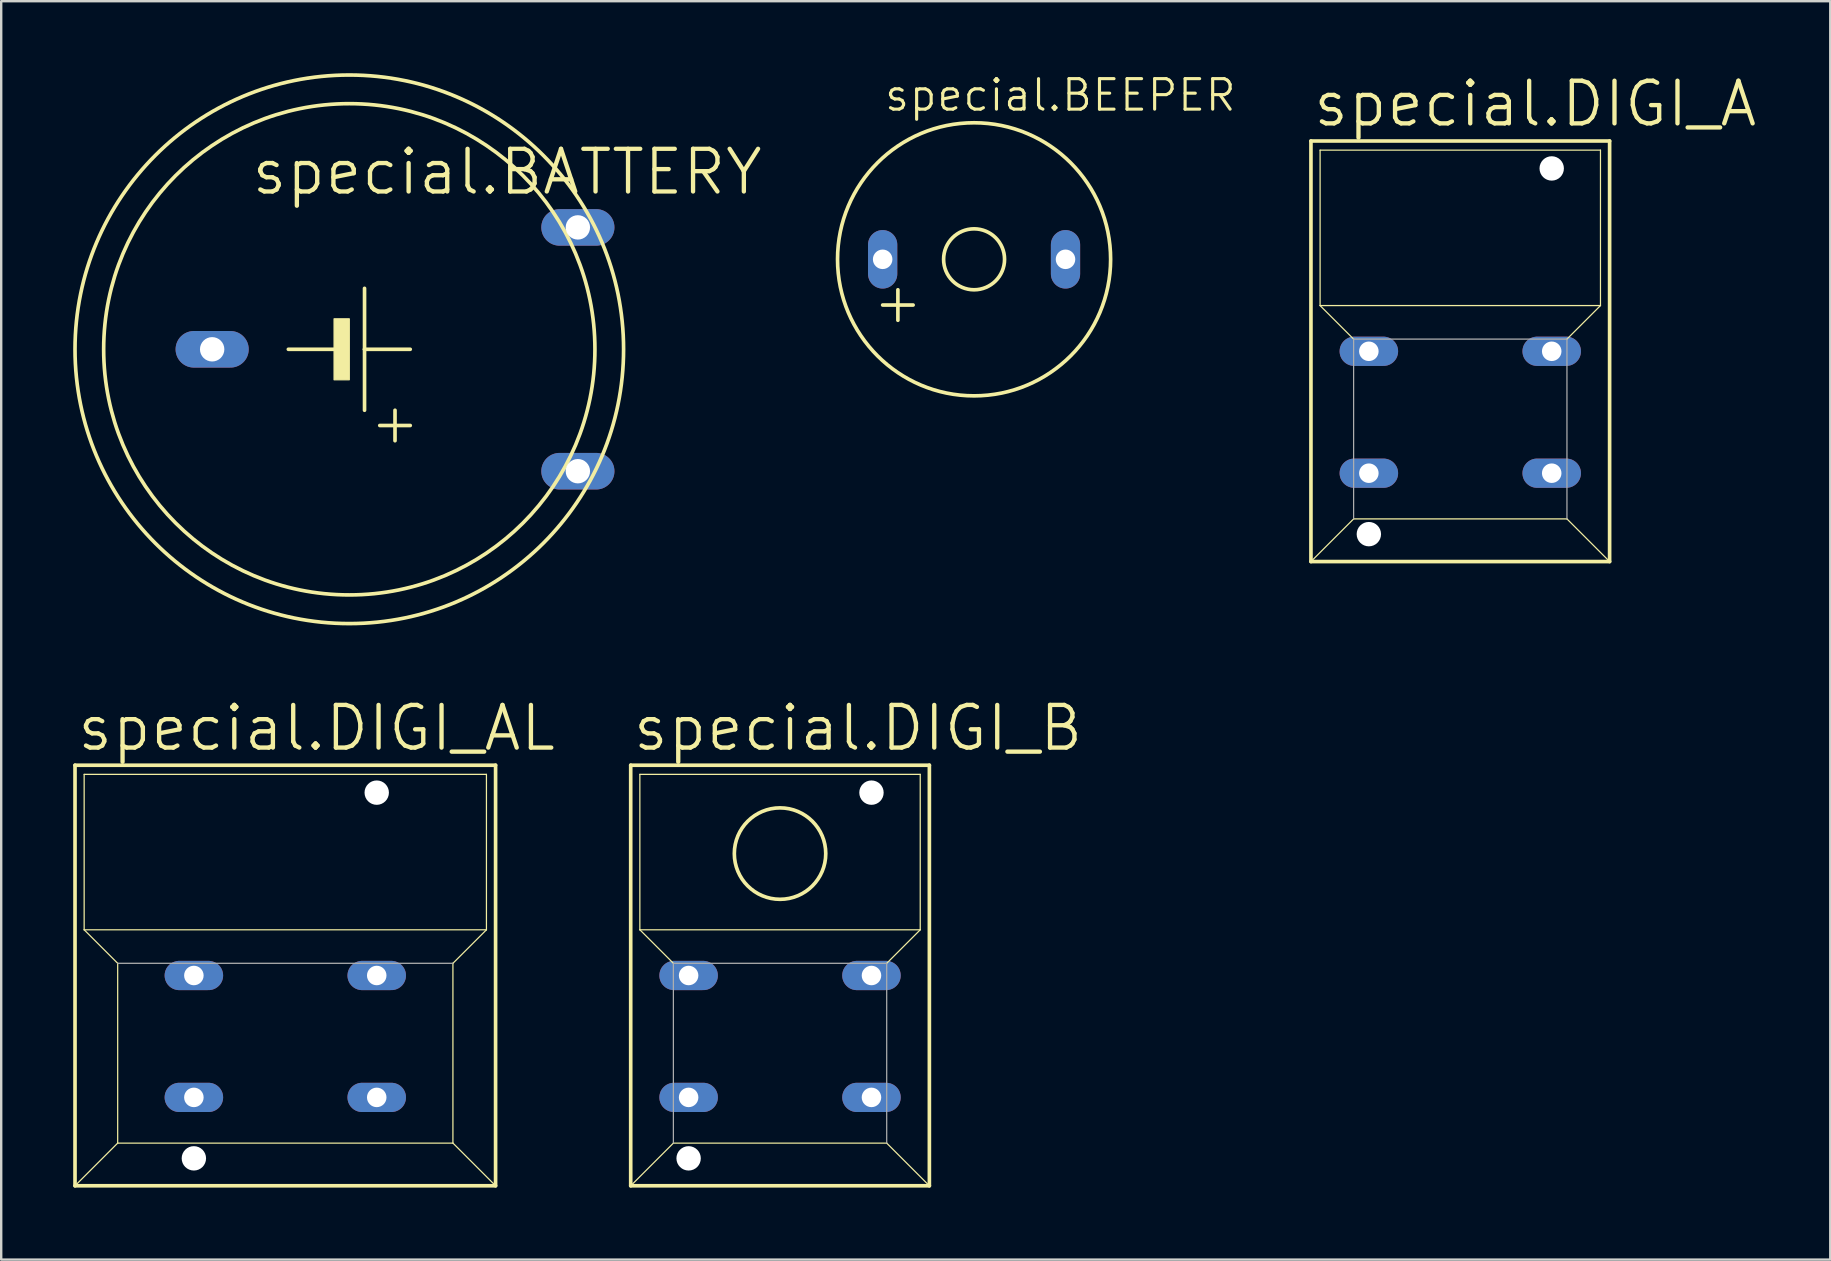
<source format=kicad_pcb>
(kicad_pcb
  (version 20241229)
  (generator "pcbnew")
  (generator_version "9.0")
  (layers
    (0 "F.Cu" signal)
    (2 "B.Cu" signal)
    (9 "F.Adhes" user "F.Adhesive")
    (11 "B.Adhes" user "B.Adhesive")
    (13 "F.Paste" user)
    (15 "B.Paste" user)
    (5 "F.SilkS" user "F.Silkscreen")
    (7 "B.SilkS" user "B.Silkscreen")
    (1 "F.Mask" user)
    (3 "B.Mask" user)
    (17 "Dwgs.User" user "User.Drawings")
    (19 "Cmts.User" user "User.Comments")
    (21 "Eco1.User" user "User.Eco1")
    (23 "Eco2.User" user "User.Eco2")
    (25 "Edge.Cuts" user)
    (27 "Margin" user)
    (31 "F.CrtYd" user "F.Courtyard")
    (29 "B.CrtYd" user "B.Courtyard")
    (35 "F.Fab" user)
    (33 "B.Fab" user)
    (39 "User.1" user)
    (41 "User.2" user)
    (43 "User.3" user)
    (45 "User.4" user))
  (footprint "special.DIGI_AL"
    (layer "F.Cu")
    (at 8.839 37.601)
    (property "Reference" "special.DIGI_AL" (at -8.763 -9.271 0) (layer "F.SilkS") (effects (font (size 1.778 1.778) (thickness 0.18)) (justify left bottom)))
    (attr through_hole)
    (fp_line (start -8.763 -8.763) (end -8.763 8.763) (stroke (width 0.152) (type default)) (layer "F.SilkS"))
    (fp_line (start -8.763 -8.763) (end 8.763 -8.763) (stroke (width 0.152) (type default)) (layer "F.SilkS"))
    (fp_line (start -8.382 -1.905) (end -8.382 -8.382) (stroke (width 0.051) (type default)) (layer "F.SilkS"))
    (fp_line (start -8.382 -1.905) (end -6.985 -0.508) (stroke (width 0.051) (type default)) (layer "F.SilkS"))
    (fp_line (start -8.382 -1.905) (end 8.382 -1.905) (stroke (width 0.051) (type default)) (layer "F.SilkS"))
    (fp_line (start -6.985 6.985) (end -8.763 8.763) (stroke (width 0.051) (type default)) (layer "F.SilkS"))
    (fp_line (start -6.985 6.985) (end -6.985 -0.508) (stroke (width 0.051) (type default)) (layer "F.SilkS"))
    (fp_line (start 6.985 -0.508) (end 6.985 6.985) (stroke (width 0.051) (type default)) (layer "F.SilkS"))
    (fp_line (start 6.985 6.985) (end -6.985 6.985) (stroke (width 0.051) (type default)) (layer "F.SilkS"))
    (fp_line (start 6.985 6.985) (end 8.763 8.763) (stroke (width 0.051) (type default)) (layer "F.SilkS"))
    (fp_line (start 8.382 -8.382) (end -8.382 -8.382) (stroke (width 0.051) (type default)) (layer "F.SilkS"))
    (fp_line (start 8.382 -1.905) (end 6.985 -0.508) (stroke (width 0.051) (type default)) (layer "F.SilkS"))
    (fp_line (start 8.382 -1.905) (end 8.382 -8.382) (stroke (width 0.051) (type default)) (layer "F.SilkS"))
    (fp_line (start 8.763 8.763) (end -8.763 8.763) (stroke (width 0.152) (type default)) (layer "F.SilkS"))
    (fp_line (start 8.763 8.763) (end 8.763 -8.763) (stroke (width 0.152) (type default)) (layer "F.SilkS"))
    (fp_line (start 6.985 -0.508) (end -6.985 -0.508) (stroke (width 0.051) (type default)) (layer "F.Fab"))
    (pad "" np_thru_hole circle (at -3.81 7.62) (size 1.016 1.016) (drill 1.016) (layers "*.Cu" "*.Mask"))
    (pad "" np_thru_hole circle (at 3.81 -7.62) (size 1.016 1.016) (drill 1.016) (layers "*.Cu" "*.Mask"))
    (pad "1" thru_hole oval (at -3.81 0) (size 2.438 1.219) (drill 0.813) (layers "*.Cu" "*.Mask"))
    (pad "2" thru_hole oval (at 3.81 0) (size 2.438 1.219) (drill 0.813) (layers "*.Cu" "*.Mask"))
    (pad "3" thru_hole oval (at -3.81 5.08) (size 2.438 1.219) (drill 0.813) (layers "*.Cu" "*.Mask"))
    (pad "4" thru_hole oval (at 3.81 5.08) (size 2.438 1.219) (drill 0.813) (layers "*.Cu" "*.Mask")))
  (footprint "special.DIGI_A"
    (layer "F.Cu")
    (at 57.803 11.589)
    (property "Reference" "special.DIGI_A" (at -6.223 -9.271 0) (layer "F.SilkS") (effects (font (size 1.778 1.778) (thickness 0.18)) (justify left bottom)))
    (attr through_hole)
    (fp_line (start -6.223 -8.763) (end -6.223 8.763) (stroke (width 0.152) (type default)) (layer "F.SilkS"))
    (fp_line (start -6.223 -8.763) (end 6.223 -8.763) (stroke (width 0.152) (type default)) (layer "F.SilkS"))
    (fp_line (start -5.842 -1.905) (end -5.842 -8.382) (stroke (width 0.051) (type default)) (layer "F.SilkS"))
    (fp_line (start -5.842 -1.905) (end -4.445 -0.508) (stroke (width 0.051) (type default)) (layer "F.SilkS"))
    (fp_line (start -5.842 -1.905) (end 5.842 -1.905) (stroke (width 0.051) (type default)) (layer "F.SilkS"))
    (fp_line (start -4.445 6.985) (end -6.223 8.763) (stroke (width 0.051) (type default)) (layer "F.SilkS"))
    (fp_line (start 4.445 6.985) (end -4.445 6.985) (stroke (width 0.051) (type default)) (layer "F.SilkS"))
    (fp_line (start 4.445 6.985) (end 6.223 8.763) (stroke (width 0.051) (type default)) (layer "F.SilkS"))
    (fp_line (start 5.842 -8.382) (end -5.842 -8.382) (stroke (width 0.051) (type default)) (layer "F.SilkS"))
    (fp_line (start 5.842 -1.905) (end 4.445 -0.508) (stroke (width 0.051) (type default)) (layer "F.SilkS"))
    (fp_line (start 5.842 -1.905) (end 5.842 -8.382) (stroke (width 0.051) (type default)) (layer "F.SilkS"))
    (fp_line (start 6.223 8.763) (end -6.223 8.763) (stroke (width 0.152) (type default)) (layer "F.SilkS"))
    (fp_line (start 6.223 8.763) (end 6.223 -8.763) (stroke (width 0.152) (type default)) (layer "F.SilkS"))
    (fp_line (start -4.445 6.985) (end -4.445 -0.508) (stroke (width 0.051) (type default)) (layer "F.Fab"))
    (fp_line (start 4.445 -0.508) (end -4.445 -0.508) (stroke (width 0.051) (type default)) (layer "F.Fab"))
    (fp_line (start 4.445 -0.508) (end 4.445 6.985) (stroke (width 0.051) (type default)) (layer "F.Fab"))
    (pad "" np_thru_hole circle (at -3.81 7.62) (size 1.016 1.016) (drill 1.016) (layers "*.Cu" "*.Mask"))
    (pad "" np_thru_hole circle (at 3.81 -7.62) (size 1.016 1.016) (drill 1.016) (layers "*.Cu" "*.Mask"))
    (pad "1" thru_hole oval (at -3.81 0) (size 2.438 1.219) (drill 0.813) (layers "*.Cu" "*.Mask"))
    (pad "2" thru_hole oval (at 3.81 0) (size 2.438 1.219) (drill 0.813) (layers "*.Cu" "*.Mask"))
    (pad "3" thru_hole oval (at -3.81 5.08) (size 2.438 1.219) (drill 0.813) (layers "*.Cu" "*.Mask"))
    (pad "4" thru_hole oval (at 3.81 5.08) (size 2.438 1.219) (drill 0.813) (layers "*.Cu" "*.Mask")))
  (footprint "special.BATTERY"
    (layer "F.Cu")
    (at 11.506 11.506)
    (property "Reference" "special.BATTERY" (at -4.166 -6.35 0) (layer "F.SilkS") (effects (font (size 1.778 1.778) (thickness 0.18)) (justify left bottom)))
    (attr through_hole)
    (fp_line (start -2.54 0) (end -0.635 0) (stroke (width 0.152) (type default)) (layer "F.SilkS"))
    (fp_line (start 0.635 -2.54) (end 0.635 0) (stroke (width 0.152) (type default)) (layer "F.SilkS"))
    (fp_line (start 0.635 0) (end 0.635 2.54) (stroke (width 0.152) (type default)) (layer "F.SilkS"))
    (fp_line (start 0.635 0) (end 2.54 0) (stroke (width 0.152) (type default)) (layer "F.SilkS"))
    (fp_line (start 1.27 3.175) (end 2.54 3.175) (stroke (width 0.152) (type default)) (layer "F.SilkS"))
    (fp_line (start 1.905 2.54) (end 1.905 3.81) (stroke (width 0.152) (type default)) (layer "F.SilkS"))
    (fp_rect (start -0.635 1.27) (end 0 -1.27) (stroke (width 0.05) (type default)) (fill yes) (layer "F.SilkS"))
    (fp_circle (center 0 0) (end 10.236 0) (stroke (width 0.152) (type default)) (fill no) (layer "F.SilkS"))
    (fp_circle (center 0 0) (end 11.43 0) (stroke (width 0.152) (type default)) (fill no) (layer "F.SilkS"))
    (pad "+" thru_hole oval (at 9.525 5.08) (size 3.048 1.524) (drill 1.016) (layers "*.Cu" "*.Mask"))
    (pad "+@1" thru_hole oval (at 9.525 -5.08) (size 3.048 1.524) (drill 1.016) (layers "*.Cu" "*.Mask"))
    (pad "-" thru_hole oval (at -5.715 0) (size 3.048 1.524) (drill 1.016) (layers "*.Cu" "*.Mask")))
  (footprint "special.DIGI_B"
    (layer "F.Cu")
    (at 29.456 37.601)
    (property "Reference" "special.DIGI_B" (at -6.223 -9.271 0) (layer "F.SilkS") (effects (font (size 1.778 1.778) (thickness 0.18)) (justify left bottom)))
    (attr through_hole)
    (fp_line (start -6.223 -8.763) (end -6.223 8.763) (stroke (width 0.152) (type default)) (layer "F.SilkS"))
    (fp_line (start -6.223 -8.763) (end 6.223 -8.763) (stroke (width 0.152) (type default)) (layer "F.SilkS"))
    (fp_line (start -5.842 -1.905) (end -5.842 -8.382) (stroke (width 0.051) (type default)) (layer "F.SilkS"))
    (fp_line (start -5.842 -1.905) (end -4.445 -0.508) (stroke (width 0.051) (type default)) (layer "F.SilkS"))
    (fp_line (start -5.842 -1.905) (end 5.842 -1.905) (stroke (width 0.051) (type default)) (layer "F.SilkS"))
    (fp_line (start -4.445 6.985) (end -6.223 8.763) (stroke (width 0.051) (type default)) (layer "F.SilkS"))
    (fp_line (start 4.445 6.985) (end -4.445 6.985) (stroke (width 0.051) (type default)) (layer "F.SilkS"))
    (fp_line (start 4.445 6.985) (end 6.223 8.763) (stroke (width 0.051) (type default)) (layer "F.SilkS"))
    (fp_line (start 5.842 -8.382) (end -5.842 -8.382) (stroke (width 0.051) (type default)) (layer "F.SilkS"))
    (fp_line (start 5.842 -1.905) (end 4.445 -0.508) (stroke (width 0.051) (type default)) (layer "F.SilkS"))
    (fp_line (start 5.842 -1.905) (end 5.842 -8.382) (stroke (width 0.051) (type default)) (layer "F.SilkS"))
    (fp_line (start 6.223 8.763) (end -6.223 8.763) (stroke (width 0.152) (type default)) (layer "F.SilkS"))
    (fp_line (start 6.223 8.763) (end 6.223 -8.763) (stroke (width 0.152) (type default)) (layer "F.SilkS"))
    (fp_circle (center 0 -5.08) (end 1.905 -5.08) (stroke (width 0.152) (type default)) (fill no) (layer "F.SilkS"))
    (fp_line (start -4.445 6.985) (end -4.445 -0.508) (stroke (width 0.051) (type default)) (layer "F.Fab"))
    (fp_line (start 4.445 -0.508) (end -4.445 -0.508) (stroke (width 0.051) (type default)) (layer "F.Fab"))
    (fp_line (start 4.445 -0.508) (end 4.445 6.985) (stroke (width 0.051) (type default)) (layer "F.Fab"))
    (pad "" np_thru_hole circle (at -3.81 7.62) (size 1.016 1.016) (drill 1.016) (layers "*.Cu" "*.Mask"))
    (pad "" np_thru_hole circle (at 3.81 -7.62) (size 1.016 1.016) (drill 1.016) (layers "*.Cu" "*.Mask"))
    (pad "1" thru_hole oval (at -3.81 0) (size 2.438 1.219) (drill 0.813) (layers "*.Cu" "*.Mask"))
    (pad "2" thru_hole oval (at 3.81 0) (size 2.438 1.219) (drill 0.813) (layers "*.Cu" "*.Mask"))
    (pad "3" thru_hole oval (at -3.81 5.08) (size 2.438 1.219) (drill 0.813) (layers "*.Cu" "*.Mask"))
    (pad "4" thru_hole oval (at 3.81 5.08) (size 2.438 1.219) (drill 0.813) (layers "*.Cu" "*.Mask")))
  (footprint "special.BEEPER"
    (layer "F.Cu")
    (at 37.542 7.756)
    (property "Reference" "special.BEEPER" (at -3.81 -6.096 0) (layer "F.SilkS") (effects (font (size 1.27 1.27) (thickness 0.13)) (justify left bottom)))
    (attr through_hole)
    (fp_line (start -3.81 1.905) (end -2.54 1.905) (stroke (width 0.152) (type default)) (layer "F.SilkS"))
    (fp_line (start -3.175 1.27) (end -3.175 2.54) (stroke (width 0.152) (type default)) (layer "F.SilkS"))
    (fp_circle (center 0 0) (end 1.27 0) (stroke (width 0.152) (type default)) (fill no) (layer "F.SilkS"))
    (fp_circle (center 0 0) (end 5.69 0) (stroke (width 0.152) (type default)) (fill no) (layer "F.SilkS"))
    (pad "1" thru_hole oval (at -3.81 0 90) (size 2.438 1.219) (drill 0.813) (layers "*.Cu" "*.Mask"))
    (pad "2" thru_hole oval (at 3.81 0 90) (size 2.438 1.219) (drill 0.813) (layers "*.Cu" "*.Mask")))
  (gr_rect
    (start -3 -3)
    (end 73.221 49.441)
    (stroke (width 0.1) (type default))
    (fill no)
    (layer "Edge.Cuts")))
</source>
